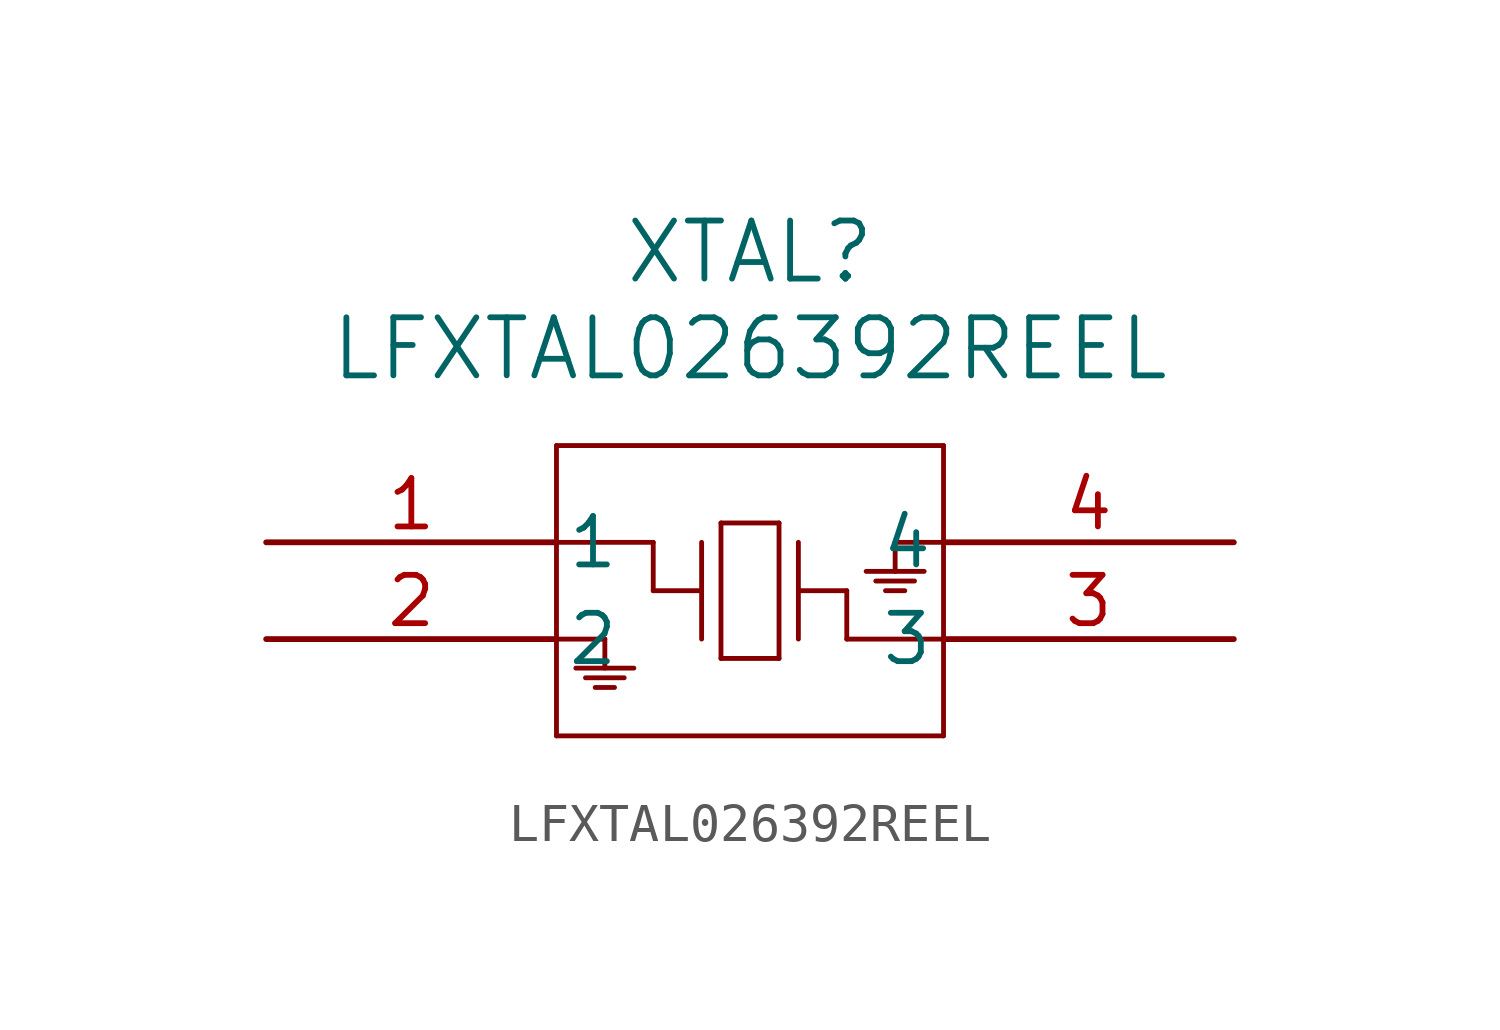
<source format=kicad_sym>
(kicad_symbol_lib
  (version 20211014)
  (generator kicad_symbol_editor)
  (symbol "LFXTAL026392REEL"
    (pin_names
      (offset 0.254))
    (property "Reference" "XTAL"
      (at 12.7 7.62 0)
      (effects (font (size 1.524 1.524))))
    (property "Value" "LFXTAL026392REEL"
      (at 12.7 5.08 0)
      (effects (font (size 1.524 1.524))))
    (symbol "LFXTAL026392REEL_0_1"
      (polyline (pts (xy 7.62 2.54) (xy 7.62 -5.08)) (stroke (width 0.127) (type default) (color 0 0 0 0)) (fill (type none)))
      (polyline (pts (xy 7.62 -5.08) (xy 17.78 -5.08)) (stroke (width 0.127) (type default) (color 0 0 0 0)) (fill (type none)))
      (polyline (pts (xy 17.78 -5.08) (xy 17.78 2.54)) (stroke (width 0.127) (type default) (color 0 0 0 0)) (fill (type none)))
      (polyline (pts (xy 17.78 2.54) (xy 7.62 2.54)) (stroke (width 0.127) (type default) (color 0 0 0 0)) (fill (type none)))
      (polyline (pts (xy 11.43 0) (xy 11.43 -2.54)) (stroke (width 0.127) (type default) (color 0 0 0 0)) (fill (type none)))
      (polyline (pts (xy 11.43 -1.27) (xy 10.16 -1.27)) (stroke (width 0.127) (type default) (color 0 0 0 0)) (fill (type none)))
      (polyline (pts (xy 10.16 -1.27) (xy 10.16 0)) (stroke (width 0.127) (type default) (color 0 0 0 0)) (fill (type none)))
      (polyline (pts (xy 10.16 0) (xy 7.62 0)) (stroke (width 0.127) (type default) (color 0 0 0 0)) (fill (type none)))
      (polyline (pts (xy 13.97 0) (xy 13.97 -2.54)) (stroke (width 0.127) (type default) (color 0 0 0 0)) (fill (type none)))
      (polyline (pts (xy 13.97 -1.27) (xy 15.24 -1.27)) (stroke (width 0.127) (type default) (color 0 0 0 0)) (fill (type none)))
      (polyline (pts (xy 15.24 -1.27) (xy 15.24 -2.54)) (stroke (width 0.127) (type default) (color 0 0 0 0)) (fill (type none)))
      (polyline (pts (xy 15.24 -2.54) (xy 17.78 -2.54)) (stroke (width 0.127) (type default) (color 0 0 0 0)) (fill (type none)))
      (polyline (pts (xy 11.938 0.508) (xy 11.938 -3.048)) (stroke (width 0.127) (type default) (color 0 0 0 0)) (fill (type none)))
      (polyline (pts (xy 11.938 -3.048) (xy 13.462 -3.048)) (stroke (width 0.127) (type default) (color 0 0 0 0)) (fill (type none)))
      (polyline (pts (xy 13.462 -3.048) (xy 13.462 0.508)) (stroke (width 0.127) (type default) (color 0 0 0 0)) (fill (type none)))
      (polyline (pts (xy 13.462 0.508) (xy 11.938 0.508)) (stroke (width 0.127) (type default) (color 0 0 0 0)) (fill (type none)))
      (polyline (pts (xy 7.62 -2.54) (xy 8.89 -2.54)) (stroke (width 0.127) (type default) (color 0 0 0 0)) (fill (type none)))
      (polyline (pts (xy 8.89 -2.54) (xy 8.89 -3.302)) (stroke (width 0.127) (type default) (color 0 0 0 0)) (fill (type none)))
      (polyline (pts (xy 8.636 -3.81) (xy 9.144 -3.81)) (stroke (width 0.127) (type default) (color 0 0 0 0)) (fill (type none)))
      (polyline (pts (xy 8.382 -3.556) (xy 9.398 -3.556)) (stroke (width 0.127) (type default) (color 0 0 0 0)) (fill (type none)))
      (polyline (pts (xy 8.128 -3.302) (xy 9.652 -3.302)) (stroke (width 0.127) (type default) (color 0 0 0 0)) (fill (type none)))
      (polyline (pts (xy 17.78 0) (xy 16.51 0)) (stroke (width 0.127) (type default) (color 0 0 0 0)) (fill (type none)))
      (polyline (pts (xy 16.51 0) (xy 16.51 -0.762)) (stroke (width 0.127) (type default) (color 0 0 0 0)) (fill (type none)))
      (polyline (pts (xy 16.764 -1.27) (xy 16.256 -1.27)) (stroke (width 0.127) (type default) (color 0 0 0 0)) (fill (type none)))
      (polyline (pts (xy 17.018 -1.016) (xy 16.002 -1.016)) (stroke (width 0.127) (type default) (color 0 0 0 0)) (fill (type none)))
      (polyline (pts (xy 17.272 -0.762) (xy 15.748 -0.762)) (stroke (width 0.127) (type default) (color 0 0 0 0)) (fill (type none)))
      (pin unspecified line (at 0 0 0) (length 7.62) (name "1" (effects (font (size 1.27 1.27)))) (number "1" (effects (font (size 1.27 1.27)))))
      (pin power_out line (at 0 -2.54 0) (length 7.62) (name "2" (effects (font (size 1.27 1.27)))) (number "2" (effects (font (size 1.27 1.27)))))
      (pin unspecified line (at 25.4 -2.54 180) (length 7.62) (name "3" (effects (font (size 1.27 1.27)))) (number "3" (effects (font (size 1.27 1.27)))))
      (pin power_out line (at 25.4 0 180) (length 7.62) (name "4" (effects (font (size 1.27 1.27)))) (number "4" (effects (font (size 1.27 1.27))))))))
</source>
